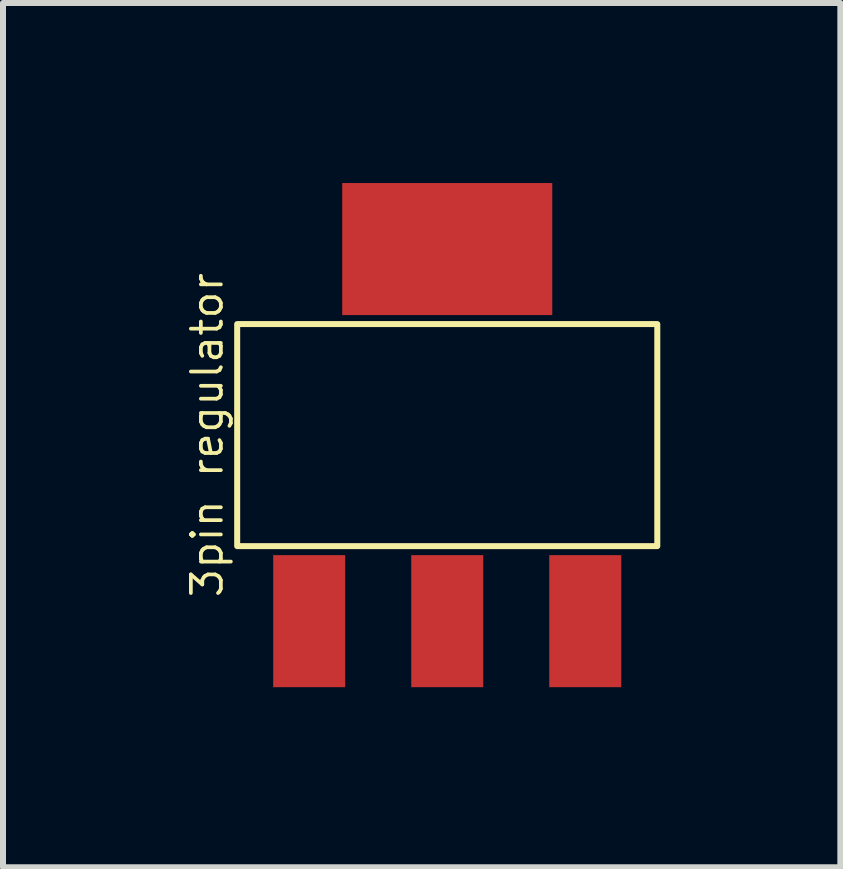
<source format=kicad_pcb>
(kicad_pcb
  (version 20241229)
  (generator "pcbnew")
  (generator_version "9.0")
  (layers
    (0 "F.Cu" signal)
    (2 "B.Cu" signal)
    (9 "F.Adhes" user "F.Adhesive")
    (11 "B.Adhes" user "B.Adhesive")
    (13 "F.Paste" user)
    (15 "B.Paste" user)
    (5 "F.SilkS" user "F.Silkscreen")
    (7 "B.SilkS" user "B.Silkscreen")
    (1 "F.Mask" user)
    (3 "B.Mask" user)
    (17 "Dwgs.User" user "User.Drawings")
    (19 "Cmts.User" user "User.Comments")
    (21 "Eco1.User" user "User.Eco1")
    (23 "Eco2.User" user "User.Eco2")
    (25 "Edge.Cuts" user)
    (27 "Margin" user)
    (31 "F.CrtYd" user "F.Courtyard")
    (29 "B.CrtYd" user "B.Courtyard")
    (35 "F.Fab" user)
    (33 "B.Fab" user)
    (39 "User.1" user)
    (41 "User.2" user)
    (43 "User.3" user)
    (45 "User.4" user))
  (footprint "3pin regulator"
    (layer "F.Cu")
    (at 4.402 4.1)
    (property "Reference" "3pin regulator" (at -4 0.1 90) (unlocked yes) (layer "F.SilkS") (effects (font (size 0.5 0.5) (thickness 0.062))))
    (attr smd)
    (fp_rect (start -3.5 -1.75) (end 3.5 1.95) (stroke (width 0.1) (type solid)) (fill no) (layer "F.SilkS"))
    (pad "1" smd rect (at -2.3 3.2) (size 1.2 2.2) (layers "F.Cu" "F.Mask" "F.Paste"))
    (pad "2" smd rect (at 0 -3) (size 3.5 2.2) (layers "F.Cu" "F.Mask" "F.Paste"))
    (pad "2" smd rect (at 0 3.2) (size 1.2 2.2) (layers "F.Cu" "F.Mask" "F.Paste"))
    (pad "3" smd rect (at 2.3 3.2) (size 1.2 2.2) (layers "F.Cu" "F.Mask" "F.Paste")))
  (gr_rect
    (start -3 -3)
    (end 10.952 11.4)
    (stroke (width 0.1) (type default))
    (fill no)
    (layer "Edge.Cuts")))
</source>
